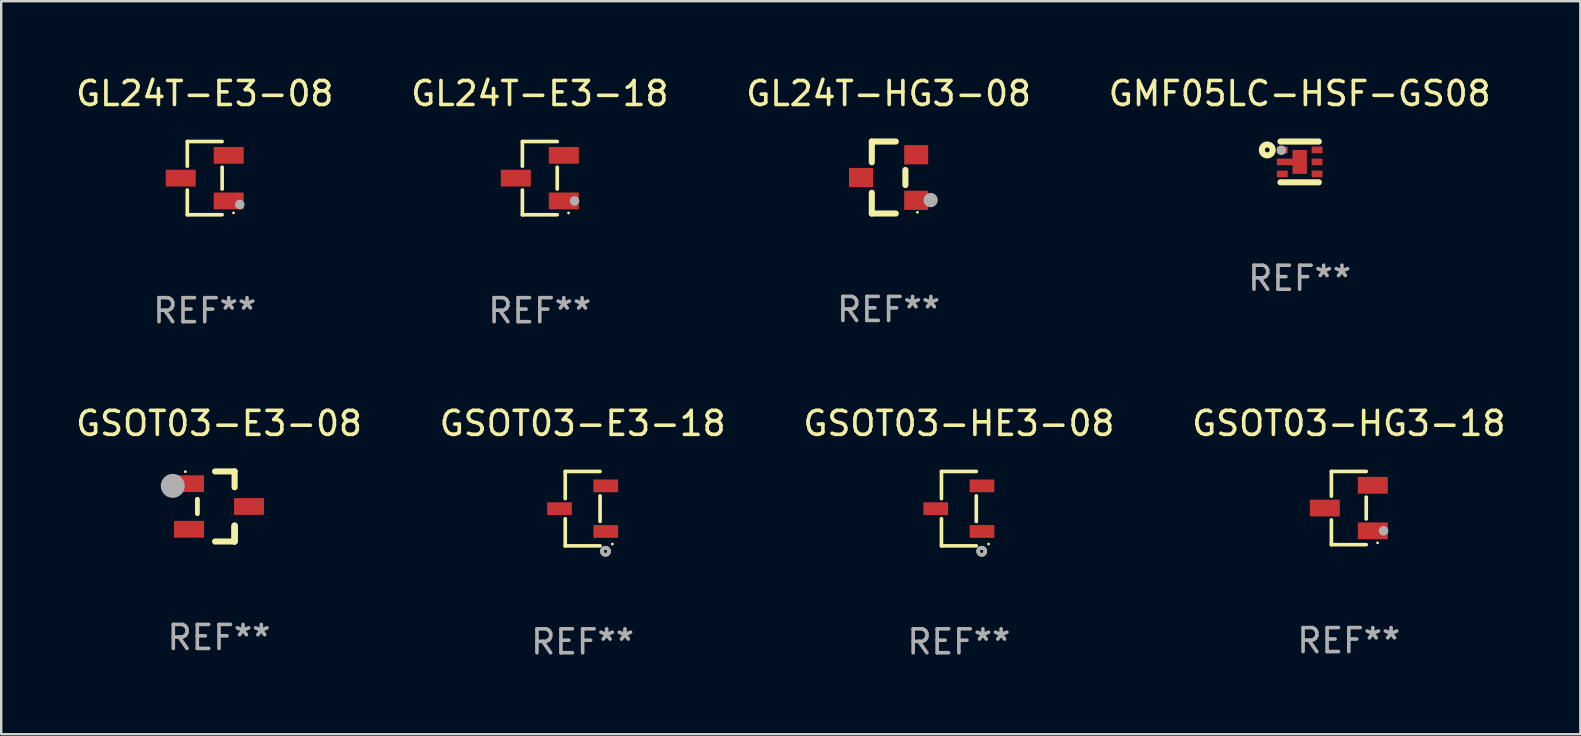
<source format=kicad_pcb>
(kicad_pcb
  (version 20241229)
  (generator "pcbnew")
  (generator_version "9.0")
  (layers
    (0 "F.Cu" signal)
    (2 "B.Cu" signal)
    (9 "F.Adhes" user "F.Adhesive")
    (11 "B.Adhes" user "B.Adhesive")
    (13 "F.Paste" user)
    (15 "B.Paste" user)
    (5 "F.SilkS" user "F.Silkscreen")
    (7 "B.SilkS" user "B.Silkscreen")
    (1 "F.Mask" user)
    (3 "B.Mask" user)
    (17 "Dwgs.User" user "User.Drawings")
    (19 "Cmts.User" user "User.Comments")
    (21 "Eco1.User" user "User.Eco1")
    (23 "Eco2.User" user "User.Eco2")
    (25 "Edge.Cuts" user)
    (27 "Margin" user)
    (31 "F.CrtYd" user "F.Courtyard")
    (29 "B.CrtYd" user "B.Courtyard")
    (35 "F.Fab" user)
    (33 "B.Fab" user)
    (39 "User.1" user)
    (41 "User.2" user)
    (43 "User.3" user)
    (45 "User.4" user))
  (footprint "GMF05LC-HSF-GS08"
    (layer "F.Cu")
    (at 51.113 3.698)
    (property "Reference" "GMF05LC-HSF-GS08" (at 0 -2.85 0) (layer "F.SilkS") (effects (font (size 1 1) (thickness 0.15))))
    (attr through_hole)
    (fp_line (start -0.8 -0.85) (end 0.8 -0.85) (stroke (width 0.254) (type solid)) (layer "F.SilkS"))
    (fp_line (start -0.8 0.85) (end 0.8 0.85) (stroke (width 0.254) (type solid)) (layer "F.SilkS"))
    (fp_circle (center -1.35 -0.5) (end -1.25 -0.5) (stroke (width 0.254) (type solid)) (fill no) (layer "F.SilkS"))
    (fp_circle (center -0.8 -0.8) (end -0.77 -0.8) (stroke (width 0.06) (type solid)) (fill no) (layer "F.SilkS"))
    (fp_circle (center -0.761 -0.484) (end -0.661 -0.484) (stroke (width 0.2) (type solid)) (fill no) (layer "F.Fab"))
    (fp_text user "REF**" (at 0 4.85 0) (layer "F.Fab") (effects (font (size 1 1) (thickness 0.15))))
    (pad "1" smd rect (at -0.725 -0.5) (size 0.45 0.28) (layers "F.Cu" "F.Mask" "F.Paste"))
    (pad "2" smd rect (at -0.5 0.000038) (size 0.9 0.28) (layers "F.Cu" "F.Mask" "F.Paste"))
    (pad "2" smd rect (at 0.000038 0.000038 90) (size 1 0.6) (layers "F.Cu" "F.Mask" "F.Paste"))
    (pad "3" smd rect (at -0.725 0.5) (size 0.45 0.28) (layers "F.Cu" "F.Mask" "F.Paste"))
    (pad "4" smd rect (at 0.725 0.5) (size 0.45 0.28) (layers "F.Cu" "F.Mask" "F.Paste"))
    (pad "5" smd rect (at 0.725 0.000038) (size 0.45 0.28) (layers "F.Cu" "F.Mask" "F.Paste"))
    (pad "6" smd rect (at 0.725 -0.5) (size 0.45 0.28) (layers "F.Cu" "F.Mask" "F.Paste")))
  (footprint "GSOT03-E3-18"
    (layer "F.Cu")
    (at 21.232 18.148)
    (property "Reference" "GSOT03-E3-18" (at 0 -3.551 0) (layer "F.SilkS") (effects (font (size 1 1) (thickness 0.15))))
    (attr through_hole)
    (fp_line (start -0.726 -1.551) (end -0.726 -0.418) (stroke (width 0.152) (type solid)) (layer "F.SilkS"))
    (fp_line (start -0.726 1.551) (end -0.726 0.418) (stroke (width 0.152) (type solid)) (layer "F.SilkS"))
    (fp_line (start 0.726 -1.551) (end -0.726 -1.551) (stroke (width 0.152) (type solid)) (layer "F.SilkS"))
    (fp_line (start 0.726 0.532) (end 0.726 -0.532) (stroke (width 0.152) (type solid)) (layer "F.SilkS"))
    (fp_line (start 0.726 1.551) (end -0.726 1.551) (stroke (width 0.152) (type solid)) (layer "F.SilkS"))
    (fp_circle (center 0.953 1.777) (end 1.027 1.777) (stroke (width 0.15) (type solid)) (fill no) (layer "F.SilkS"))
    (fp_circle (center 1.237 1.475) (end 1.267 1.475) (stroke (width 0.06) (type solid)) (fill no) (layer "F.SilkS"))
    (fp_circle (center 0.953 1.777) (end 1.027 1.777) (stroke (width 0.15) (type solid)) (fill no) (layer "F.Fab"))
    (fp_text user "REF**" (at 0 5.551 0) (layer "F.Fab") (effects (font (size 1 1) (thickness 0.15))))
    (pad "1" smd rect (at 0.964 0.95 90) (size 0.532 1.028) (layers "F.Cu" "F.Mask" "F.Paste"))
    (pad "2" smd rect (at 0.964 -0.95 90) (size 0.532 1.028) (layers "F.Cu" "F.Mask" "F.Paste"))
    (pad "3" smd rect (at -0.964 -0.000025 90) (size 0.532 1.028) (layers "F.Cu" "F.Mask" "F.Paste")))
  (footprint "GL24T-E3-08"
    (layer "F.Cu")
    (at 5.482 4.374)
    (property "Reference" "GL24T-E3-08" (at 0 -3.526 0) (layer "F.SilkS") (effects (font (size 1 1) (thickness 0.15))))
    (attr through_hole)
    (fp_line (start -0.726 -1.526) (end -0.726 -0.495) (stroke (width 0.152) (type solid)) (layer "F.SilkS"))
    (fp_line (start -0.726 1.526) (end -0.726 0.495) (stroke (width 0.152) (type solid)) (layer "F.SilkS"))
    (fp_line (start 0.726 -1.526) (end -0.726 -1.526) (stroke (width 0.152) (type solid)) (layer "F.SilkS"))
    (fp_line (start 0.726 -0.455) (end 0.726 0.455) (stroke (width 0.152) (type solid)) (layer "F.SilkS"))
    (fp_line (start 0.726 1.526) (end -0.726 1.526) (stroke (width 0.152) (type solid)) (layer "F.SilkS"))
    (fp_circle (center 1.2 1.45) (end 1.23 1.45) (stroke (width 0.06) (type solid)) (fill no) (layer "F.SilkS"))
    (fp_circle (center 1.46 1.1) (end 1.56 1.1) (stroke (width 0.2) (type solid)) (fill no) (layer "F.Fab"))
    (fp_text user "REF**" (at 0 5.526 0) (layer "F.Fab") (effects (font (size 1 1) (thickness 0.15))))
    (pad "1" smd rect (at 1 0.95) (size 1.25 0.7) (layers "F.Cu" "F.Mask" "F.Paste"))
    (pad "2" smd rect (at 1 -0.95) (size 1.25 0.7) (layers "F.Cu" "F.Mask" "F.Paste"))
    (pad "3" smd rect (at -1 0) (size 1.25 0.7) (layers "F.Cu" "F.Mask" "F.Paste")))
  (footprint "GSOT03-HE3-08"
    (layer "F.Cu")
    (at 36.911 18.148)
    (property "Reference" "GSOT03-HE3-08" (at 0 -3.551 0) (layer "F.SilkS") (effects (font (size 1 1) (thickness 0.15))))
    (attr through_hole)
    (fp_line (start -0.726 -1.551) (end -0.726 -0.418) (stroke (width 0.152) (type solid)) (layer "F.SilkS"))
    (fp_line (start -0.726 1.551) (end -0.726 0.418) (stroke (width 0.152) (type solid)) (layer "F.SilkS"))
    (fp_line (start 0.726 -1.551) (end -0.726 -1.551) (stroke (width 0.152) (type solid)) (layer "F.SilkS"))
    (fp_line (start 0.726 0.532) (end 0.726 -0.532) (stroke (width 0.152) (type solid)) (layer "F.SilkS"))
    (fp_line (start 0.726 1.551) (end -0.726 1.551) (stroke (width 0.152) (type solid)) (layer "F.SilkS"))
    (fp_circle (center 0.953 1.777) (end 1.027 1.777) (stroke (width 0.15) (type solid)) (fill no) (layer "F.SilkS"))
    (fp_circle (center 1.237 1.475) (end 1.267 1.475) (stroke (width 0.06) (type solid)) (fill no) (layer "F.SilkS"))
    (fp_circle (center 0.953 1.777) (end 1.027 1.777) (stroke (width 0.15) (type solid)) (fill no) (layer "F.Fab"))
    (fp_text user "REF**" (at 0 5.551 0) (layer "F.Fab") (effects (font (size 1 1) (thickness 0.15))))
    (pad "1" smd rect (at 0.964 0.95 90) (size 0.532 1.028) (layers "F.Cu" "F.Mask" "F.Paste"))
    (pad "2" smd rect (at 0.964 -0.95 90) (size 0.532 1.028) (layers "F.Cu" "F.Mask" "F.Paste"))
    (pad "3" smd rect (at -0.964 -0.000025 90) (size 0.532 1.028) (layers "F.Cu" "F.Mask" "F.Paste")))
  (footprint "GL24T-E3-18"
    (layer "F.Cu")
    (at 19.446 4.374)
    (property "Reference" "GL24T-E3-18" (at 0 -3.526 0) (layer "F.SilkS") (effects (font (size 1 1) (thickness 0.15))))
    (attr through_hole)
    (fp_line (start -0.726 -1.526) (end -0.726 -0.495) (stroke (width 0.152) (type solid)) (layer "F.SilkS"))
    (fp_line (start -0.726 1.526) (end -0.726 0.495) (stroke (width 0.152) (type solid)) (layer "F.SilkS"))
    (fp_line (start 0.726 -1.526) (end -0.726 -1.526) (stroke (width 0.152) (type solid)) (layer "F.SilkS"))
    (fp_line (start 0.726 -0.455) (end 0.726 0.455) (stroke (width 0.152) (type solid)) (layer "F.SilkS"))
    (fp_line (start 0.726 1.526) (end -0.726 1.526) (stroke (width 0.152) (type solid)) (layer "F.SilkS"))
    (fp_circle (center 1.2 1.45) (end 1.23 1.45) (stroke (width 0.06) (type solid)) (fill no) (layer "F.SilkS"))
    (fp_circle (center 1.45 0.95) (end 1.55 0.95) (stroke (width 0.2) (type solid)) (fill no) (layer "F.Fab"))
    (fp_text user "REF**" (at 0 5.526 0) (layer "F.Fab") (effects (font (size 1 1) (thickness 0.15))))
    (pad "1" smd rect (at 1 0.95) (size 1.25 0.7) (layers "F.Cu" "F.Mask" "F.Paste"))
    (pad "2" smd rect (at 1 -0.95) (size 1.25 0.7) (layers "F.Cu" "F.Mask" "F.Paste"))
    (pad "3" smd rect (at -1 0) (size 1.25 0.7) (layers "F.Cu" "F.Mask" "F.Paste")))
  (footprint "GSOT03-HG3-18"
    (layer "F.Cu")
    (at 53.161 18.123)
    (property "Reference" "GSOT03-HG3-18" (at 0 -3.526 0) (layer "F.SilkS") (effects (font (size 1 1) (thickness 0.15))))
    (attr through_hole)
    (fp_line (start -0.726 -1.526) (end -0.726 -0.495) (stroke (width 0.152) (type solid)) (layer "F.SilkS"))
    (fp_line (start -0.726 1.526) (end -0.726 0.495) (stroke (width 0.152) (type solid)) (layer "F.SilkS"))
    (fp_line (start 0.726 -1.526) (end -0.726 -1.526) (stroke (width 0.152) (type solid)) (layer "F.SilkS"))
    (fp_line (start 0.726 -0.455) (end 0.726 0.455) (stroke (width 0.152) (type solid)) (layer "F.SilkS"))
    (fp_line (start 0.726 1.526) (end -0.726 1.526) (stroke (width 0.152) (type solid)) (layer "F.SilkS"))
    (fp_circle (center 1.2 1.45) (end 1.23 1.45) (stroke (width 0.06) (type solid)) (fill no) (layer "F.SilkS"))
    (fp_circle (center 1.45 0.95) (end 1.55 0.95) (stroke (width 0.2) (type solid)) (fill no) (layer "F.Fab"))
    (fp_text user "REF**" (at 0 5.526 0) (layer "F.Fab") (effects (font (size 1 1) (thickness 0.15))))
    (pad "1" smd rect (at 1 0.95) (size 1.25 0.7) (layers "F.Cu" "F.Mask" "F.Paste"))
    (pad "2" smd rect (at 1 -0.95) (size 1.25 0.7) (layers "F.Cu" "F.Mask" "F.Paste"))
    (pad "3" smd rect (at -1 0) (size 1.25 0.7) (layers "F.Cu" "F.Mask" "F.Paste")))
  (footprint "GSOT03-E3-08"
    (layer "F.Cu")
    (at 6.077 18.057)
    (property "Reference" "GSOT03-E3-08" (at 0 -3.46 0) (layer "F.SilkS") (effects (font (size 1 1) (thickness 0.15))))
    (attr through_hole)
    (fp_line (start -0.9 -0.3) (end -0.9 0.3) (stroke (width 0.2) (type solid)) (layer "F.SilkS"))
    (fp_line (start -0.165 -1.46) (end 0.65 -1.46) (stroke (width 0.254) (type solid)) (layer "F.SilkS"))
    (fp_line (start 0.65 -1.46) (end 0.65 -0.8) (stroke (width 0.254) (type solid)) (layer "F.SilkS"))
    (fp_line (start 0.65 0.8) (end 0.65 1.46) (stroke (width 0.254) (type solid)) (layer "F.SilkS"))
    (fp_line (start 0.65 0.8) (end 0.65 1.46) (stroke (width 0.254) (type solid)) (layer "F.SilkS"))
    (fp_line (start 0.65 1.46) (end -0.165 1.46) (stroke (width 0.254) (type solid)) (layer "F.SilkS"))
    (fp_line (start 0.65 1.46) (end 0.65 0.8) (stroke (width 0.254) (type solid)) (layer "F.SilkS"))
    (fp_circle (center -1.4 -1.45) (end -1.37 -1.45) (stroke (width 0.06) (type solid)) (fill no) (layer "F.SilkS"))
    (fp_circle (center -1.928 -0.859) (end -1.678 -0.859) (stroke (width 0.5) (type solid)) (fill no) (layer "F.Fab"))
    (fp_text user "REF**" (at 0 5.46 0) (layer "F.Fab") (effects (font (size 1 1) (thickness 0.15))))
    (pad "1" smd rect (at -1.25 -0.95) (size 1.25 0.7) (layers "F.Cu" "F.Mask" "F.Paste"))
    (pad "2" smd rect (at -1.25 0.95) (size 1.25 0.7) (layers "F.Cu" "F.Mask" "F.Paste"))
    (pad "3" smd rect (at 1.25 0) (size 1.25 0.7) (layers "F.Cu" "F.Mask" "F.Paste")))
  (footprint "GL24T-HG3-08"
    (layer "F.Cu")
    (at 33.982 4.348)
    (property "Reference" "GL24T-HG3-08" (at 0 -3.5 0) (layer "F.SilkS") (effects (font (size 1 1) (thickness 0.15))))
    (attr through_hole)
    (fp_line (start -0.7 -1.5) (end 0.3 -1.5) (stroke (width 0.254) (type solid)) (layer "F.SilkS"))
    (fp_line (start -0.7 -0.636) (end -0.7 -1.5) (stroke (width 0.254) (type solid)) (layer "F.SilkS"))
    (fp_line (start -0.7 1.5) (end -0.7 0.636) (stroke (width 0.254) (type solid)) (layer "F.SilkS"))
    (fp_line (start -0.7 1.5) (end 0.3 1.5) (stroke (width 0.254) (type solid)) (layer "F.SilkS"))
    (fp_line (start 0.7 0.314) (end 0.7 -0.314) (stroke (width 0.254) (type solid)) (layer "F.SilkS"))
    (fp_circle (center 1.2 1.45) (end 1.23 1.45) (stroke (width 0.06) (type solid)) (fill no) (layer "F.SilkS"))
    (fp_circle (center 1.753 0.94) (end 1.903 0.94) (stroke (width 0.3) (type solid)) (fill no) (layer "F.Fab"))
    (fp_text user "REF**" (at 0 5.5 0) (layer "F.Fab") (effects (font (size 1 1) (thickness 0.15))))
    (pad "1" smd rect (at 1.15 0.95 180) (size 1 0.8) (layers "F.Cu" "F.Mask" "F.Paste"))
    (pad "2" smd rect (at 1.15 -0.95 180) (size 1 0.8) (layers "F.Cu" "F.Mask" "F.Paste"))
    (pad "3" smd rect (at -1.15 -0.000051 180) (size 1 0.8) (layers "F.Cu" "F.Mask" "F.Paste")))
  (gr_rect
    (start -3 -3)
    (end 62.81 27.548)
    (stroke (width 0.1) (type default))
    (fill no)
    (layer "Edge.Cuts")))
</source>
